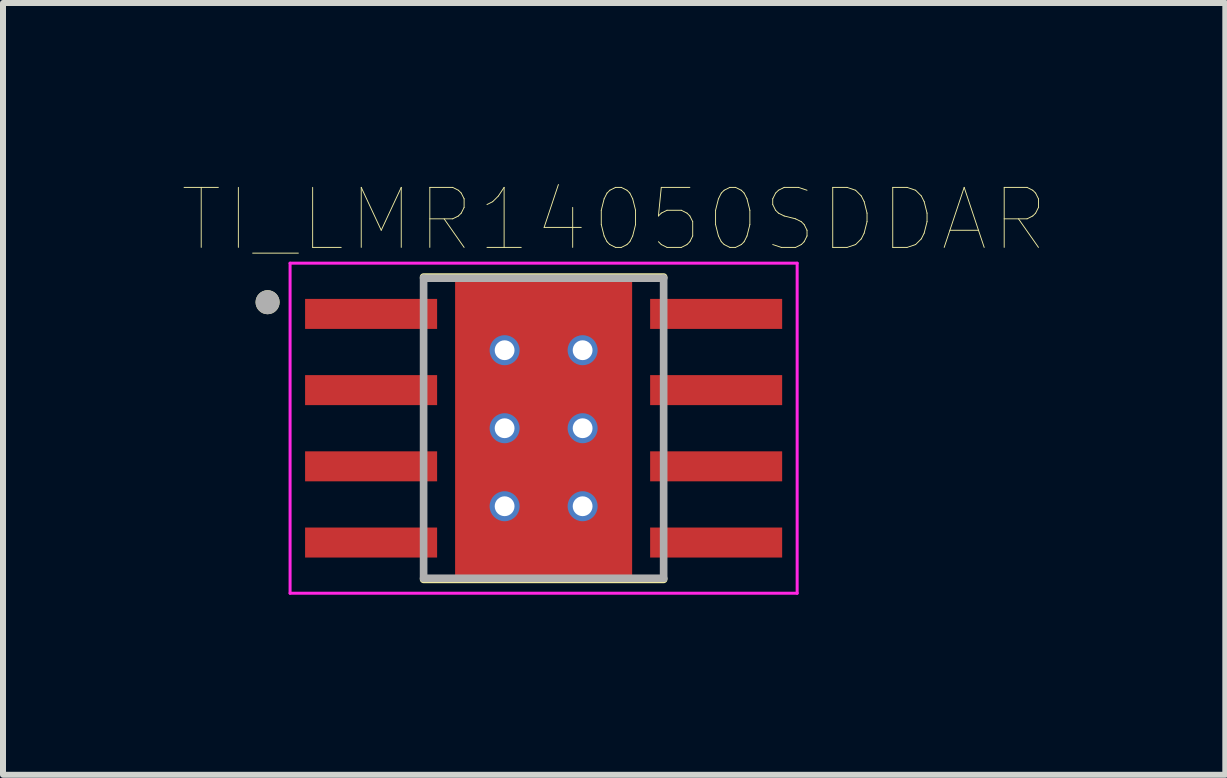
<source format=kicad_pcb>
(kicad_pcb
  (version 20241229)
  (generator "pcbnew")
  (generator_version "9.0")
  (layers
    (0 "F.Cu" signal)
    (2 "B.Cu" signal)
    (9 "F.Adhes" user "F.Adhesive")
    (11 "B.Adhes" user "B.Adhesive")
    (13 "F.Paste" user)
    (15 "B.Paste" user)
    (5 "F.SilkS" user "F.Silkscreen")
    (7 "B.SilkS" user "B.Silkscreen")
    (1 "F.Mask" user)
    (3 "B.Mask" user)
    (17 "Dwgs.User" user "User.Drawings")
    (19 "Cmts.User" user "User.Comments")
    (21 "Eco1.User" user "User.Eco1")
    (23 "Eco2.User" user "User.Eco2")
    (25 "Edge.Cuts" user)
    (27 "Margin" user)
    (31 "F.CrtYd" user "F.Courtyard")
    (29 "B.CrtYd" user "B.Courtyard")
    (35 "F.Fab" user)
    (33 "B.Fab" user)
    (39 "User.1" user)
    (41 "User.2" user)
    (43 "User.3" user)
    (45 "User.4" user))
  (footprint "TI_LMR14050SDDAR"
    (layer "F.Cu")
    (at 6.009 4.086)
    (property "Reference" "TI_LMR14050SDDAR" (at 1.175 -3.475 0) (layer "F.SilkS") (effects (font (size 1 1) (thickness 0.015))))
    (attr through_hole)
    (fp_poly (pts (xy -4.045 -2.225) (xy -1.705 -2.225) (xy -1.705 -1.585) (xy -4.045 -1.585)) (stroke (width 0.01) (type solid)) (fill yes) (layer "F.Mask"))
    (fp_poly (pts (xy -4.045 -0.955) (xy -1.705 -0.955) (xy -1.705 -0.315) (xy -4.045 -0.315)) (stroke (width 0.01) (type solid)) (fill yes) (layer "F.Mask"))
    (fp_poly (pts (xy -4.045 0.315) (xy -1.705 0.315) (xy -1.705 0.955) (xy -4.045 0.955)) (stroke (width 0.01) (type solid)) (fill yes) (layer "F.Mask"))
    (fp_poly (pts (xy -4.045 1.585) (xy -1.705 1.585) (xy -1.705 2.225) (xy -4.045 2.225)) (stroke (width 0.01) (type solid)) (fill yes) (layer "F.Mask"))
    (fp_poly (pts (xy -1.2 -1.55) (xy 1.2 -1.55) (xy 1.2 1.55) (xy -1.2 1.55)) (stroke (width 0.01) (type solid)) (fill yes) (layer "F.Mask"))
    (fp_poly (pts (xy 1.705 -2.225) (xy 4.045 -2.225) (xy 4.045 -1.585) (xy 1.705 -1.585)) (stroke (width 0.01) (type solid)) (fill yes) (layer "F.Mask"))
    (fp_poly (pts (xy 1.705 -0.955) (xy 4.045 -0.955) (xy 4.045 -0.315) (xy 1.705 -0.315)) (stroke (width 0.01) (type solid)) (fill yes) (layer "F.Mask"))
    (fp_poly (pts (xy 1.705 0.315) (xy 4.045 0.315) (xy 4.045 0.955) (xy 1.705 0.955)) (stroke (width 0.01) (type solid)) (fill yes) (layer "F.Mask"))
    (fp_poly (pts (xy 1.705 1.585) (xy 4.045 1.585) (xy 4.045 2.225) (xy 1.705 2.225)) (stroke (width 0.01) (type solid)) (fill yes) (layer "F.Mask"))
    (fp_line (start -2 -2.519) (end 2 -2.519) (stroke (width 0.127) (type solid)) (layer "F.SilkS"))
    (fp_line (start 2 2.519) (end -2 2.519) (stroke (width 0.127) (type solid)) (layer "F.SilkS"))
    (fp_circle (center -4.6 -2.1) (end -4.5 -2.1) (stroke (width 0.2) (type solid)) (fill no) (layer "F.SilkS"))
    (fp_poly (pts (xy -3.95 -2.13) (xy -1.8 -2.13) (xy -1.8 -1.68) (xy -3.95 -1.68)) (stroke (width 0.01) (type solid)) (fill yes) (layer "F.Paste"))
    (fp_poly (pts (xy -3.95 -0.86) (xy -1.8 -0.86) (xy -1.8 -0.41) (xy -3.95 -0.41)) (stroke (width 0.01) (type solid)) (fill yes) (layer "F.Paste"))
    (fp_poly (pts (xy -3.95 0.41) (xy -1.8 0.41) (xy -1.8 0.86) (xy -3.95 0.86)) (stroke (width 0.01) (type solid)) (fill yes) (layer "F.Paste"))
    (fp_poly (pts (xy -3.95 1.68) (xy -1.8 1.68) (xy -1.8 2.13) (xy -3.95 2.13)) (stroke (width 0.01) (type solid)) (fill yes) (layer "F.Paste"))
    (fp_poly (pts (xy -1.2 -1.55) (xy 1.2 -1.55) (xy 1.2 1.55) (xy -1.2 1.55)) (stroke (width 0.01) (type solid)) (fill yes) (layer "F.Paste"))
    (fp_poly (pts (xy 1.8 -2.13) (xy 3.95 -2.13) (xy 3.95 -1.68) (xy 1.8 -1.68)) (stroke (width 0.01) (type solid)) (fill yes) (layer "F.Paste"))
    (fp_poly (pts (xy 1.8 -0.86) (xy 3.95 -0.86) (xy 3.95 -0.41) (xy 1.8 -0.41)) (stroke (width 0.01) (type solid)) (fill yes) (layer "F.Paste"))
    (fp_poly (pts (xy 1.8 0.41) (xy 3.95 0.41) (xy 3.95 0.86) (xy 1.8 0.86)) (stroke (width 0.01) (type solid)) (fill yes) (layer "F.Paste"))
    (fp_poly (pts (xy 1.8 1.68) (xy 3.95 1.68) (xy 3.95 2.13) (xy 1.8 2.13)) (stroke (width 0.01) (type solid)) (fill yes) (layer "F.Paste"))
    (fp_line (start -4.225 -2.75) (end 4.225 -2.75) (stroke (width 0.05) (type solid)) (layer "F.CrtYd"))
    (fp_line (start -4.225 2.75) (end -4.225 -2.75) (stroke (width 0.05) (type solid)) (layer "F.CrtYd"))
    (fp_line (start 4.225 -2.75) (end 4.225 2.75) (stroke (width 0.05) (type solid)) (layer "F.CrtYd"))
    (fp_line (start 4.225 2.75) (end -4.225 2.75) (stroke (width 0.05) (type solid)) (layer "F.CrtYd"))
    (fp_line (start -2 -2.5) (end 2 -2.5) (stroke (width 0.127) (type solid)) (layer "F.Fab"))
    (fp_line (start -2 2.5) (end -2 -2.5) (stroke (width 0.127) (type solid)) (layer "F.Fab"))
    (fp_line (start 2 -2.5) (end 2 2.5) (stroke (width 0.127) (type solid)) (layer "F.Fab"))
    (fp_line (start 2 2.5) (end -2 2.5) (stroke (width 0.127) (type solid)) (layer "F.Fab"))
    (fp_circle (center -4.6 -2.1) (end -4.5 -2.1) (stroke (width 0.2) (type solid)) (fill no) (layer "F.Fab"))
    (pad "1" smd rect (at -2.875 -1.905) (size 2.2 0.5) (layers "F.Cu"))
    (pad "2" smd rect (at -2.875 -0.635) (size 2.2 0.5) (layers "F.Cu"))
    (pad "3" smd rect (at -2.875 0.635) (size 2.2 0.5) (layers "F.Cu"))
    (pad "4" smd rect (at -2.875 1.905) (size 2.2 0.5) (layers "F.Cu"))
    (pad "5" smd rect (at 2.875 1.905) (size 2.2 0.5) (layers "F.Cu"))
    (pad "6" smd rect (at 2.875 0.635) (size 2.2 0.5) (layers "F.Cu"))
    (pad "7" smd rect (at 2.875 -0.635) (size 2.2 0.5) (layers "F.Cu"))
    (pad "8" smd rect (at 2.875 -1.905) (size 2.2 0.5) (layers "F.Cu"))
    (pad "9" smd rect (at 0 0) (size 2.95 4.9) (layers "F.Cu"))
    (pad "9_1" thru_hole circle (at -0.65 -1.3) (size 0.5 0.5) (drill 0.33) (layers "*.Cu" "*.Mask"))
    (pad "9_2" thru_hole circle (at 0.65 -1.3) (size 0.5 0.5) (drill 0.33) (layers "*.Cu" "*.Mask"))
    (pad "9_3" thru_hole circle (at -0.65 0) (size 0.5 0.5) (drill 0.33) (layers "*.Cu" "*.Mask"))
    (pad "9_4" thru_hole circle (at 0.65 0) (size 0.5 0.5) (drill 0.33) (layers "*.Cu" "*.Mask"))
    (pad "9_5" thru_hole circle (at -0.65 1.3) (size 0.5 0.5) (drill 0.33) (layers "*.Cu" "*.Mask"))
    (pad "9_6" thru_hole circle (at 0.65 1.3) (size 0.5 0.5) (drill 0.33) (layers "*.Cu" "*.Mask")))
  (gr_rect
    (start -3 -3)
    (end 17.369 9.861)
    (stroke (width 0.1) (type default))
    (fill no)
    (layer "Edge.Cuts")))
</source>
